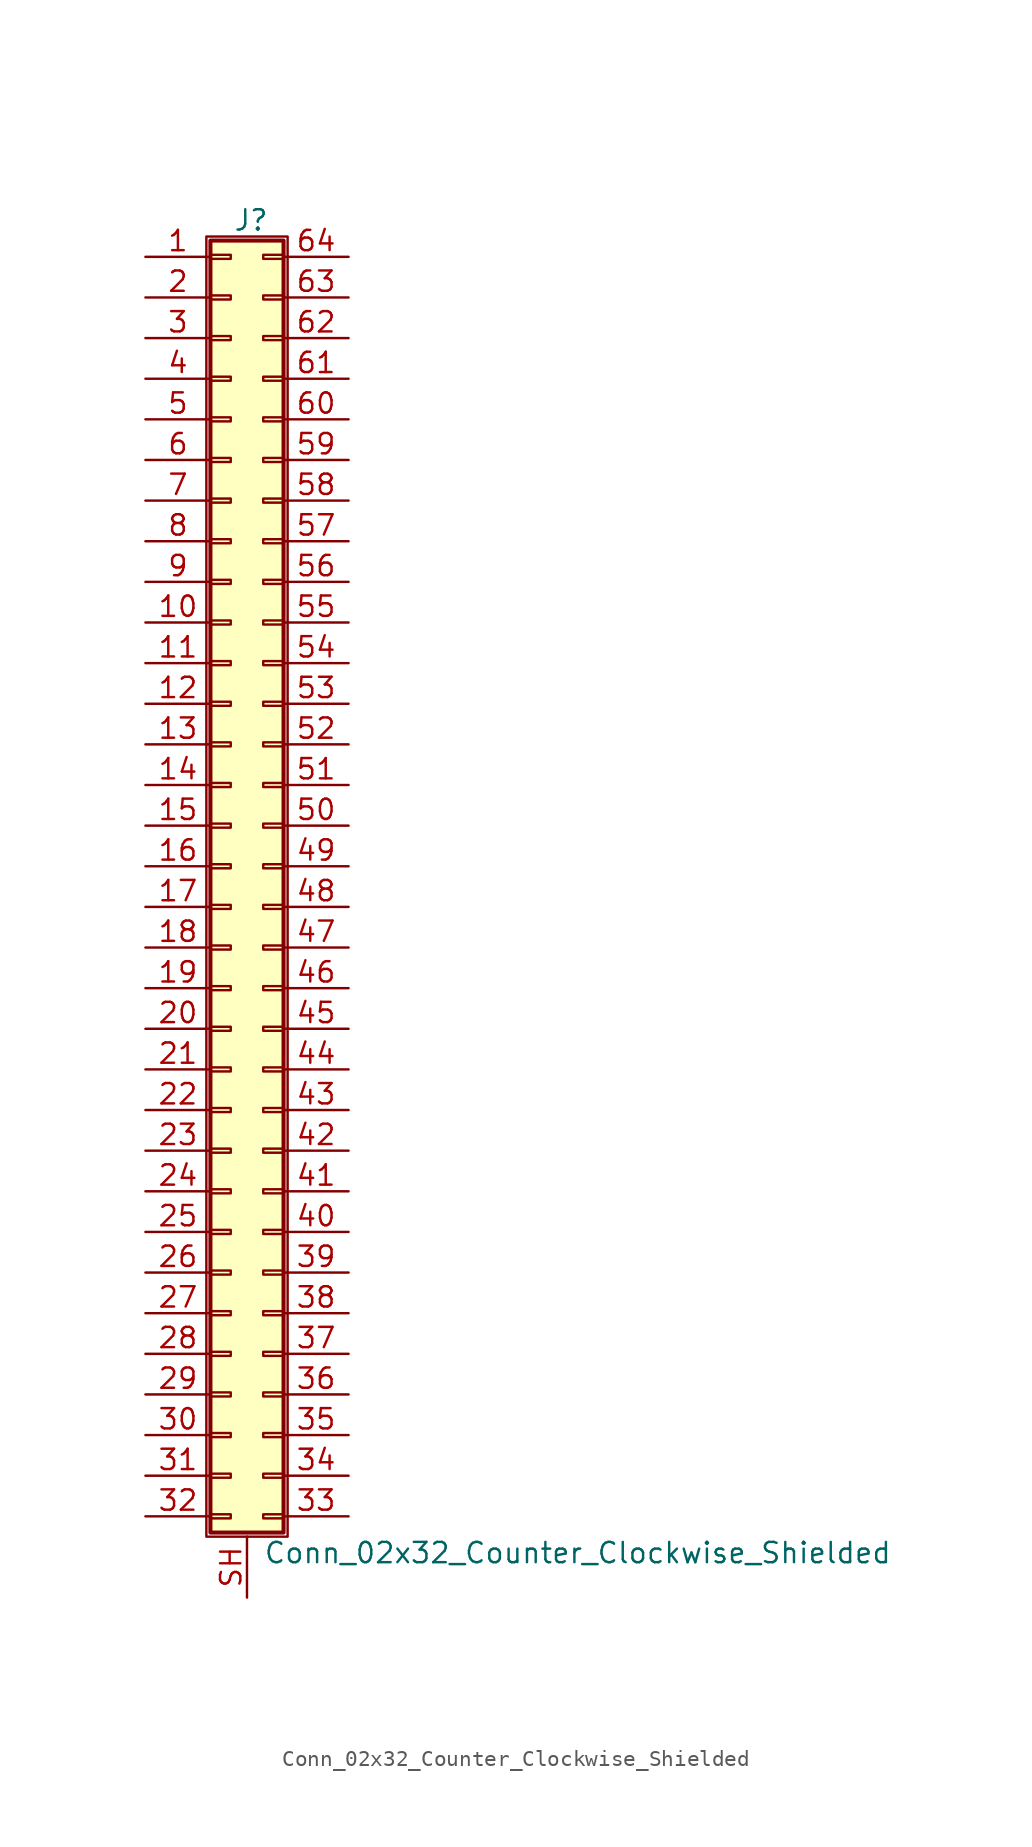
<source format=kicad_sym>
(kicad_symbol_lib
  (version 20220914)
  (generator kicad_symbol_editor)
  (symbol "Conn_02x32_Counter_Clockwise_Shielded"
    (pin_names
      (offset 1.016) hide)
    (property "Reference" "J"
      (at 1.524 40.386 0)
      (effects (font (size 1.27 1.27))))
    (property "Value" "Conn_02x32_Counter_Clockwise_Shielded"
      (at 2.286 -42.926 0)
      (effects (font (size 1.27 1.27)) (justify left)))
    (symbol "Conn_02x32_Counter_Clockwise_Shielded_1_1"
      (rectangle (start -1.27 39.37) (end 3.81 -41.91) (stroke (width 0.152) (type default)) (fill (type none)))
      (rectangle (start -1.016 -40.513) (end 0.254 -40.767) (stroke (width 0.152) (type default)) (fill (type none)))
      (rectangle (start -1.016 -37.973) (end 0.254 -38.227) (stroke (width 0.152) (type default)) (fill (type none)))
      (rectangle (start -1.016 -35.433) (end 0.254 -35.687) (stroke (width 0.152) (type default)) (fill (type none)))
      (rectangle (start -1.016 -32.893) (end 0.254 -33.147) (stroke (width 0.152) (type default)) (fill (type none)))
      (rectangle (start -1.016 -30.353) (end 0.254 -30.607) (stroke (width 0.152) (type default)) (fill (type none)))
      (rectangle (start -1.016 -27.813) (end 0.254 -28.067) (stroke (width 0.152) (type default)) (fill (type none)))
      (rectangle (start -1.016 -25.273) (end 0.254 -25.527) (stroke (width 0.152) (type default)) (fill (type none)))
      (rectangle (start -1.016 -22.733) (end 0.254 -22.987) (stroke (width 0.152) (type default)) (fill (type none)))
      (rectangle (start -1.016 -20.193) (end 0.254 -20.447) (stroke (width 0.152) (type default)) (fill (type none)))
      (rectangle (start -1.016 -17.653) (end 0.254 -17.907) (stroke (width 0.152) (type default)) (fill (type none)))
      (rectangle (start -1.016 -15.113) (end 0.254 -15.367) (stroke (width 0.152) (type default)) (fill (type none)))
      (rectangle (start -1.016 -12.573) (end 0.254 -12.827) (stroke (width 0.152) (type default)) (fill (type none)))
      (rectangle (start -1.016 -10.033) (end 0.254 -10.287) (stroke (width 0.152) (type default)) (fill (type none)))
      (rectangle (start -1.016 -7.493) (end 0.254 -7.747) (stroke (width 0.152) (type default)) (fill (type none)))
      (rectangle (start -1.016 -4.953) (end 0.254 -5.207) (stroke (width 0.152) (type default)) (fill (type none)))
      (rectangle (start -1.016 -2.413) (end 0.254 -2.667) (stroke (width 0.152) (type default)) (fill (type none)))
      (rectangle (start -1.016 0.127) (end 0.254 -0.127) (stroke (width 0.152) (type default)) (fill (type none)))
      (rectangle (start -1.016 2.667) (end 0.254 2.413) (stroke (width 0.152) (type default)) (fill (type none)))
      (rectangle (start -1.016 5.207) (end 0.254 4.953) (stroke (width 0.152) (type default)) (fill (type none)))
      (rectangle (start -1.016 7.747) (end 0.254 7.493) (stroke (width 0.152) (type default)) (fill (type none)))
      (rectangle (start -1.016 10.287) (end 0.254 10.033) (stroke (width 0.152) (type default)) (fill (type none)))
      (rectangle (start -1.016 12.827) (end 0.254 12.573) (stroke (width 0.152) (type default)) (fill (type none)))
      (rectangle (start -1.016 15.367) (end 0.254 15.113) (stroke (width 0.152) (type default)) (fill (type none)))
      (rectangle (start -1.016 17.907) (end 0.254 17.653) (stroke (width 0.152) (type default)) (fill (type none)))
      (rectangle (start -1.016 20.447) (end 0.254 20.193) (stroke (width 0.152) (type default)) (fill (type none)))
      (rectangle (start -1.016 22.987) (end 0.254 22.733) (stroke (width 0.152) (type default)) (fill (type none)))
      (rectangle (start -1.016 25.527) (end 0.254 25.273) (stroke (width 0.152) (type default)) (fill (type none)))
      (rectangle (start -1.016 28.067) (end 0.254 27.813) (stroke (width 0.152) (type default)) (fill (type none)))
      (rectangle (start -1.016 30.607) (end 0.254 30.353) (stroke (width 0.152) (type default)) (fill (type none)))
      (rectangle (start -1.016 33.147) (end 0.254 32.893) (stroke (width 0.152) (type default)) (fill (type none)))
      (rectangle (start -1.016 35.687) (end 0.254 35.433) (stroke (width 0.152) (type default)) (fill (type none)))
      (rectangle (start -1.016 38.227) (end 0.254 37.973) (stroke (width 0.152) (type default)) (fill (type none)))
      (rectangle (start -1.016 39.116) (end 3.556 -41.656) (stroke (width 0.254) (type default)) (fill (type background)))
      (rectangle (start 3.556 -40.513) (end 2.286 -40.767) (stroke (width 0.152) (type default)) (fill (type none)))
      (rectangle (start 3.556 -37.973) (end 2.286 -38.227) (stroke (width 0.152) (type default)) (fill (type none)))
      (rectangle (start 3.556 -35.433) (end 2.286 -35.687) (stroke (width 0.152) (type default)) (fill (type none)))
      (rectangle (start 3.556 -32.893) (end 2.286 -33.147) (stroke (width 0.152) (type default)) (fill (type none)))
      (rectangle (start 3.556 -30.353) (end 2.286 -30.607) (stroke (width 0.152) (type default)) (fill (type none)))
      (rectangle (start 3.556 -27.813) (end 2.286 -28.067) (stroke (width 0.152) (type default)) (fill (type none)))
      (rectangle (start 3.556 -25.273) (end 2.286 -25.527) (stroke (width 0.152) (type default)) (fill (type none)))
      (rectangle (start 3.556 -22.733) (end 2.286 -22.987) (stroke (width 0.152) (type default)) (fill (type none)))
      (rectangle (start 3.556 -20.193) (end 2.286 -20.447) (stroke (width 0.152) (type default)) (fill (type none)))
      (rectangle (start 3.556 -17.653) (end 2.286 -17.907) (stroke (width 0.152) (type default)) (fill (type none)))
      (rectangle (start 3.556 -15.113) (end 2.286 -15.367) (stroke (width 0.152) (type default)) (fill (type none)))
      (rectangle (start 3.556 -12.573) (end 2.286 -12.827) (stroke (width 0.152) (type default)) (fill (type none)))
      (rectangle (start 3.556 -10.033) (end 2.286 -10.287) (stroke (width 0.152) (type default)) (fill (type none)))
      (rectangle (start 3.556 -7.493) (end 2.286 -7.747) (stroke (width 0.152) (type default)) (fill (type none)))
      (rectangle (start 3.556 -4.953) (end 2.286 -5.207) (stroke (width 0.152) (type default)) (fill (type none)))
      (rectangle (start 3.556 -2.413) (end 2.286 -2.667) (stroke (width 0.152) (type default)) (fill (type none)))
      (rectangle (start 3.556 0.127) (end 2.286 -0.127) (stroke (width 0.152) (type default)) (fill (type none)))
      (rectangle (start 3.556 2.667) (end 2.286 2.413) (stroke (width 0.152) (type default)) (fill (type none)))
      (rectangle (start 3.556 5.207) (end 2.286 4.953) (stroke (width 0.152) (type default)) (fill (type none)))
      (rectangle (start 3.556 7.747) (end 2.286 7.493) (stroke (width 0.152) (type default)) (fill (type none)))
      (rectangle (start 3.556 10.287) (end 2.286 10.033) (stroke (width 0.152) (type default)) (fill (type none)))
      (rectangle (start 3.556 12.827) (end 2.286 12.573) (stroke (width 0.152) (type default)) (fill (type none)))
      (rectangle (start 3.556 15.367) (end 2.286 15.113) (stroke (width 0.152) (type default)) (fill (type none)))
      (rectangle (start 3.556 17.907) (end 2.286 17.653) (stroke (width 0.152) (type default)) (fill (type none)))
      (rectangle (start 3.556 20.447) (end 2.286 20.193) (stroke (width 0.152) (type default)) (fill (type none)))
      (rectangle (start 3.556 22.987) (end 2.286 22.733) (stroke (width 0.152) (type default)) (fill (type none)))
      (rectangle (start 3.556 25.527) (end 2.286 25.273) (stroke (width 0.152) (type default)) (fill (type none)))
      (rectangle (start 3.556 28.067) (end 2.286 27.813) (stroke (width 0.152) (type default)) (fill (type none)))
      (rectangle (start 3.556 30.607) (end 2.286 30.353) (stroke (width 0.152) (type default)) (fill (type none)))
      (rectangle (start 3.556 33.147) (end 2.286 32.893) (stroke (width 0.152) (type default)) (fill (type none)))
      (rectangle (start 3.556 35.687) (end 2.286 35.433) (stroke (width 0.152) (type default)) (fill (type none)))
      (rectangle (start 3.556 38.227) (end 2.286 37.973) (stroke (width 0.152) (type default)) (fill (type none)))
      (pin passive line (at -5.08 38.1 0) (length 4.064) (name "Pin_1" (effects (font (size 1.27 1.27)))) (number "1" (effects (font (size 1.27 1.27)))))
      (pin passive line (at -5.08 15.24 0) (length 4.064) (name "Pin_10" (effects (font (size 1.27 1.27)))) (number "10" (effects (font (size 1.27 1.27)))))
      (pin passive line (at -5.08 12.7 0) (length 4.064) (name "Pin_11" (effects (font (size 1.27 1.27)))) (number "11" (effects (font (size 1.27 1.27)))))
      (pin passive line (at -5.08 10.16 0) (length 4.064) (name "Pin_12" (effects (font (size 1.27 1.27)))) (number "12" (effects (font (size 1.27 1.27)))))
      (pin passive line (at -5.08 7.62 0) (length 4.064) (name "Pin_13" (effects (font (size 1.27 1.27)))) (number "13" (effects (font (size 1.27 1.27)))))
      (pin passive line (at -5.08 5.08 0) (length 4.064) (name "Pin_14" (effects (font (size 1.27 1.27)))) (number "14" (effects (font (size 1.27 1.27)))))
      (pin passive line (at -5.08 2.54 0) (length 4.064) (name "Pin_15" (effects (font (size 1.27 1.27)))) (number "15" (effects (font (size 1.27 1.27)))))
      (pin passive line (at -5.08 0 0) (length 4.064) (name "Pin_16" (effects (font (size 1.27 1.27)))) (number "16" (effects (font (size 1.27 1.27)))))
      (pin passive line (at -5.08 -2.54 0) (length 4.064) (name "Pin_17" (effects (font (size 1.27 1.27)))) (number "17" (effects (font (size 1.27 1.27)))))
      (pin passive line (at -5.08 -5.08 0) (length 4.064) (name "Pin_18" (effects (font (size 1.27 1.27)))) (number "18" (effects (font (size 1.27 1.27)))))
      (pin passive line (at -5.08 -7.62 0) (length 4.064) (name "Pin_19" (effects (font (size 1.27 1.27)))) (number "19" (effects (font (size 1.27 1.27)))))
      (pin passive line (at -5.08 35.56 0) (length 4.064) (name "Pin_2" (effects (font (size 1.27 1.27)))) (number "2" (effects (font (size 1.27 1.27)))))
      (pin passive line (at -5.08 -10.16 0) (length 4.064) (name "Pin_20" (effects (font (size 1.27 1.27)))) (number "20" (effects (font (size 1.27 1.27)))))
      (pin passive line (at -5.08 -12.7 0) (length 4.064) (name "Pin_21" (effects (font (size 1.27 1.27)))) (number "21" (effects (font (size 1.27 1.27)))))
      (pin passive line (at -5.08 -15.24 0) (length 4.064) (name "Pin_22" (effects (font (size 1.27 1.27)))) (number "22" (effects (font (size 1.27 1.27)))))
      (pin passive line (at -5.08 -17.78 0) (length 4.064) (name "Pin_23" (effects (font (size 1.27 1.27)))) (number "23" (effects (font (size 1.27 1.27)))))
      (pin passive line (at -5.08 -20.32 0) (length 4.064) (name "Pin_24" (effects (font (size 1.27 1.27)))) (number "24" (effects (font (size 1.27 1.27)))))
      (pin passive line (at -5.08 -22.86 0) (length 4.064) (name "Pin_25" (effects (font (size 1.27 1.27)))) (number "25" (effects (font (size 1.27 1.27)))))
      (pin passive line (at -5.08 -25.4 0) (length 4.064) (name "Pin_26" (effects (font (size 1.27 1.27)))) (number "26" (effects (font (size 1.27 1.27)))))
      (pin passive line (at -5.08 -27.94 0) (length 4.064) (name "Pin_27" (effects (font (size 1.27 1.27)))) (number "27" (effects (font (size 1.27 1.27)))))
      (pin passive line (at -5.08 -30.48 0) (length 4.064) (name "Pin_28" (effects (font (size 1.27 1.27)))) (number "28" (effects (font (size 1.27 1.27)))))
      (pin passive line (at -5.08 -33.02 0) (length 4.064) (name "Pin_29" (effects (font (size 1.27 1.27)))) (number "29" (effects (font (size 1.27 1.27)))))
      (pin passive line (at -5.08 33.02 0) (length 4.064) (name "Pin_3" (effects (font (size 1.27 1.27)))) (number "3" (effects (font (size 1.27 1.27)))))
      (pin passive line (at -5.08 -35.56 0) (length 4.064) (name "Pin_30" (effects (font (size 1.27 1.27)))) (number "30" (effects (font (size 1.27 1.27)))))
      (pin passive line (at -5.08 -38.1 0) (length 4.064) (name "Pin_31" (effects (font (size 1.27 1.27)))) (number "31" (effects (font (size 1.27 1.27)))))
      (pin passive line (at -5.08 -40.64 0) (length 4.064) (name "Pin_32" (effects (font (size 1.27 1.27)))) (number "32" (effects (font (size 1.27 1.27)))))
      (pin passive line (at 7.62 -40.64 180) (length 4.064) (name "Pin_33" (effects (font (size 1.27 1.27)))) (number "33" (effects (font (size 1.27 1.27)))))
      (pin passive line (at 7.62 -38.1 180) (length 4.064) (name "Pin_34" (effects (font (size 1.27 1.27)))) (number "34" (effects (font (size 1.27 1.27)))))
      (pin passive line (at 7.62 -35.56 180) (length 4.064) (name "Pin_35" (effects (font (size 1.27 1.27)))) (number "35" (effects (font (size 1.27 1.27)))))
      (pin passive line (at 7.62 -33.02 180) (length 4.064) (name "Pin_36" (effects (font (size 1.27 1.27)))) (number "36" (effects (font (size 1.27 1.27)))))
      (pin passive line (at 7.62 -30.48 180) (length 4.064) (name "Pin_37" (effects (font (size 1.27 1.27)))) (number "37" (effects (font (size 1.27 1.27)))))
      (pin passive line (at 7.62 -27.94 180) (length 4.064) (name "Pin_38" (effects (font (size 1.27 1.27)))) (number "38" (effects (font (size 1.27 1.27)))))
      (pin passive line (at 7.62 -25.4 180) (length 4.064) (name "Pin_39" (effects (font (size 1.27 1.27)))) (number "39" (effects (font (size 1.27 1.27)))))
      (pin passive line (at -5.08 30.48 0) (length 4.064) (name "Pin_4" (effects (font (size 1.27 1.27)))) (number "4" (effects (font (size 1.27 1.27)))))
      (pin passive line (at 7.62 -22.86 180) (length 4.064) (name "Pin_40" (effects (font (size 1.27 1.27)))) (number "40" (effects (font (size 1.27 1.27)))))
      (pin passive line (at 7.62 -20.32 180) (length 4.064) (name "Pin_41" (effects (font (size 1.27 1.27)))) (number "41" (effects (font (size 1.27 1.27)))))
      (pin passive line (at 7.62 -17.78 180) (length 4.064) (name "Pin_42" (effects (font (size 1.27 1.27)))) (number "42" (effects (font (size 1.27 1.27)))))
      (pin passive line (at 7.62 -15.24 180) (length 4.064) (name "Pin_43" (effects (font (size 1.27 1.27)))) (number "43" (effects (font (size 1.27 1.27)))))
      (pin passive line (at 7.62 -12.7 180) (length 4.064) (name "Pin_44" (effects (font (size 1.27 1.27)))) (number "44" (effects (font (size 1.27 1.27)))))
      (pin passive line (at 7.62 -10.16 180) (length 4.064) (name "Pin_45" (effects (font (size 1.27 1.27)))) (number "45" (effects (font (size 1.27 1.27)))))
      (pin passive line (at 7.62 -7.62 180) (length 4.064) (name "Pin_46" (effects (font (size 1.27 1.27)))) (number "46" (effects (font (size 1.27 1.27)))))
      (pin passive line (at 7.62 -5.08 180) (length 4.064) (name "Pin_47" (effects (font (size 1.27 1.27)))) (number "47" (effects (font (size 1.27 1.27)))))
      (pin passive line (at 7.62 -2.54 180) (length 4.064) (name "Pin_48" (effects (font (size 1.27 1.27)))) (number "48" (effects (font (size 1.27 1.27)))))
      (pin passive line (at 7.62 0 180) (length 4.064) (name "Pin_49" (effects (font (size 1.27 1.27)))) (number "49" (effects (font (size 1.27 1.27)))))
      (pin passive line (at -5.08 27.94 0) (length 4.064) (name "Pin_5" (effects (font (size 1.27 1.27)))) (number "5" (effects (font (size 1.27 1.27)))))
      (pin passive line (at 7.62 2.54 180) (length 4.064) (name "Pin_50" (effects (font (size 1.27 1.27)))) (number "50" (effects (font (size 1.27 1.27)))))
      (pin passive line (at 7.62 5.08 180) (length 4.064) (name "Pin_51" (effects (font (size 1.27 1.27)))) (number "51" (effects (font (size 1.27 1.27)))))
      (pin passive line (at 7.62 7.62 180) (length 4.064) (name "Pin_52" (effects (font (size 1.27 1.27)))) (number "52" (effects (font (size 1.27 1.27)))))
      (pin passive line (at 7.62 10.16 180) (length 4.064) (name "Pin_53" (effects (font (size 1.27 1.27)))) (number "53" (effects (font (size 1.27 1.27)))))
      (pin passive line (at 7.62 12.7 180) (length 4.064) (name "Pin_54" (effects (font (size 1.27 1.27)))) (number "54" (effects (font (size 1.27 1.27)))))
      (pin passive line (at 7.62 15.24 180) (length 4.064) (name "Pin_55" (effects (font (size 1.27 1.27)))) (number "55" (effects (font (size 1.27 1.27)))))
      (pin passive line (at 7.62 17.78 180) (length 4.064) (name "Pin_56" (effects (font (size 1.27 1.27)))) (number "56" (effects (font (size 1.27 1.27)))))
      (pin passive line (at 7.62 20.32 180) (length 4.064) (name "Pin_57" (effects (font (size 1.27 1.27)))) (number "57" (effects (font (size 1.27 1.27)))))
      (pin passive line (at 7.62 22.86 180) (length 4.064) (name "Pin_58" (effects (font (size 1.27 1.27)))) (number "58" (effects (font (size 1.27 1.27)))))
      (pin passive line (at 7.62 25.4 180) (length 4.064) (name "Pin_59" (effects (font (size 1.27 1.27)))) (number "59" (effects (font (size 1.27 1.27)))))
      (pin passive line (at -5.08 25.4 0) (length 4.064) (name "Pin_6" (effects (font (size 1.27 1.27)))) (number "6" (effects (font (size 1.27 1.27)))))
      (pin passive line (at 7.62 27.94 180) (length 4.064) (name "Pin_60" (effects (font (size 1.27 1.27)))) (number "60" (effects (font (size 1.27 1.27)))))
      (pin passive line (at 7.62 30.48 180) (length 4.064) (name "Pin_61" (effects (font (size 1.27 1.27)))) (number "61" (effects (font (size 1.27 1.27)))))
      (pin passive line (at 7.62 33.02 180) (length 4.064) (name "Pin_62" (effects (font (size 1.27 1.27)))) (number "62" (effects (font (size 1.27 1.27)))))
      (pin passive line (at 7.62 35.56 180) (length 4.064) (name "Pin_63" (effects (font (size 1.27 1.27)))) (number "63" (effects (font (size 1.27 1.27)))))
      (pin passive line (at 7.62 38.1 180) (length 4.064) (name "Pin_64" (effects (font (size 1.27 1.27)))) (number "64" (effects (font (size 1.27 1.27)))))
      (pin passive line (at -5.08 22.86 0) (length 4.064) (name "Pin_7" (effects (font (size 1.27 1.27)))) (number "7" (effects (font (size 1.27 1.27)))))
      (pin passive line (at -5.08 20.32 0) (length 4.064) (name "Pin_8" (effects (font (size 1.27 1.27)))) (number "8" (effects (font (size 1.27 1.27)))))
      (pin passive line (at -5.08 17.78 0) (length 4.064) (name "Pin_9" (effects (font (size 1.27 1.27)))) (number "9" (effects (font (size 1.27 1.27)))))
      (pin passive line (at 1.27 -45.72 90) (length 3.81) (name "Shield" (effects (font (size 1.27 1.27)))) (number "SH" (effects (font (size 1.27 1.27))))))))
</source>
